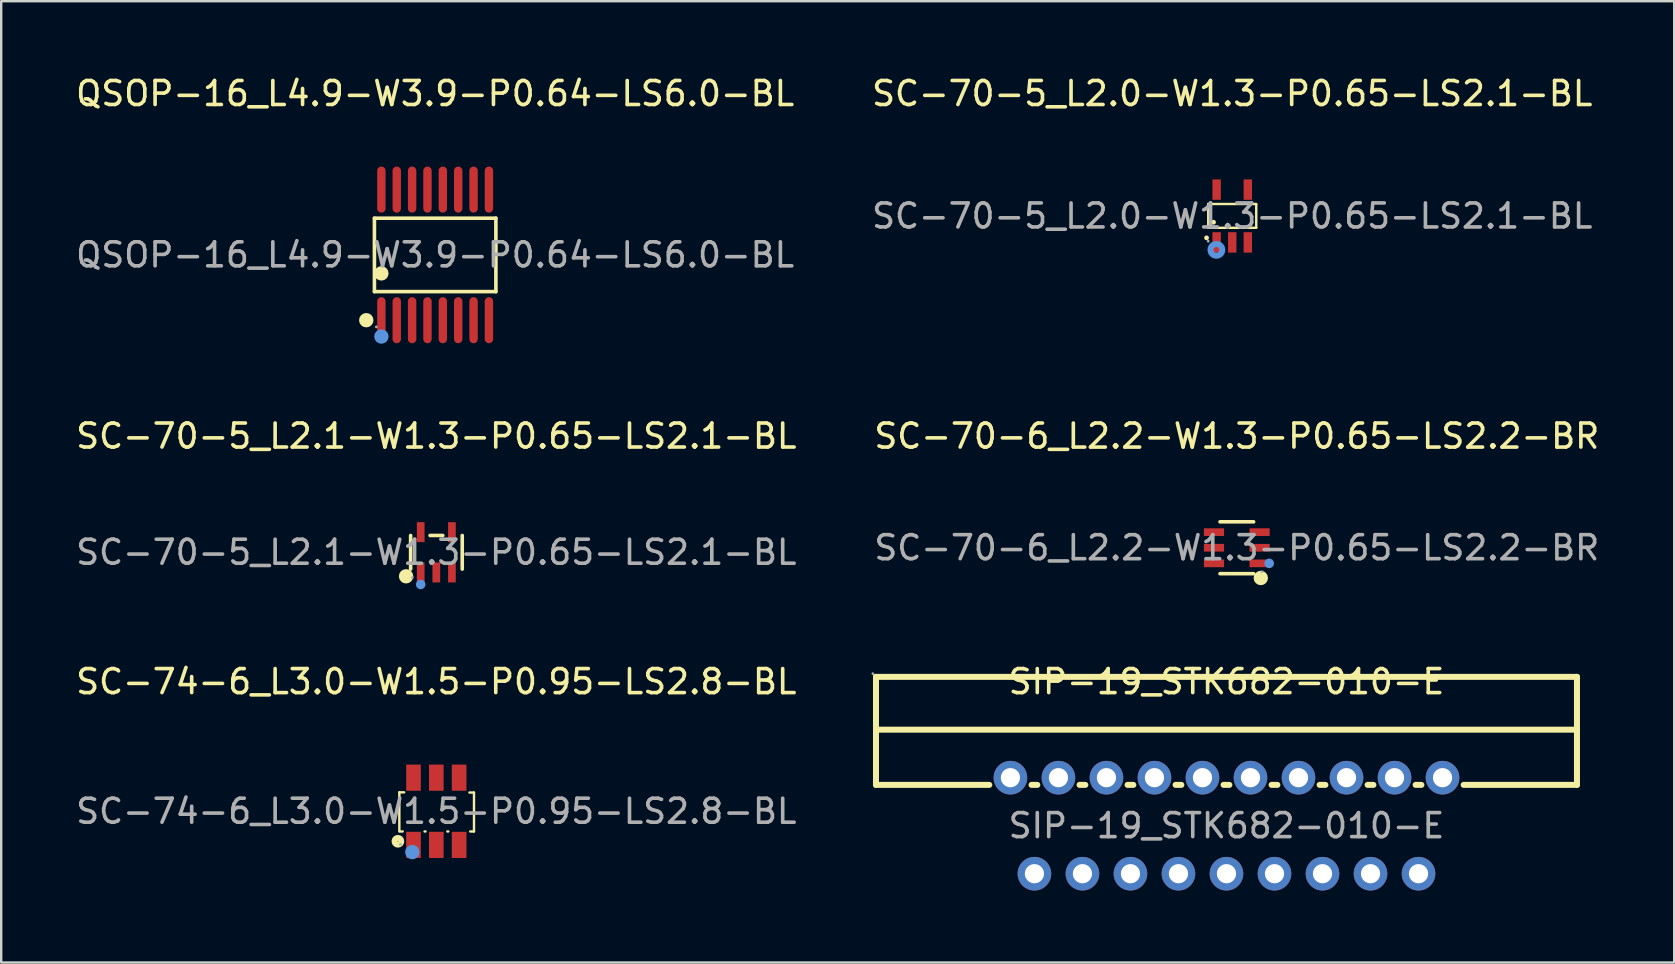
<source format=kicad_pcb>
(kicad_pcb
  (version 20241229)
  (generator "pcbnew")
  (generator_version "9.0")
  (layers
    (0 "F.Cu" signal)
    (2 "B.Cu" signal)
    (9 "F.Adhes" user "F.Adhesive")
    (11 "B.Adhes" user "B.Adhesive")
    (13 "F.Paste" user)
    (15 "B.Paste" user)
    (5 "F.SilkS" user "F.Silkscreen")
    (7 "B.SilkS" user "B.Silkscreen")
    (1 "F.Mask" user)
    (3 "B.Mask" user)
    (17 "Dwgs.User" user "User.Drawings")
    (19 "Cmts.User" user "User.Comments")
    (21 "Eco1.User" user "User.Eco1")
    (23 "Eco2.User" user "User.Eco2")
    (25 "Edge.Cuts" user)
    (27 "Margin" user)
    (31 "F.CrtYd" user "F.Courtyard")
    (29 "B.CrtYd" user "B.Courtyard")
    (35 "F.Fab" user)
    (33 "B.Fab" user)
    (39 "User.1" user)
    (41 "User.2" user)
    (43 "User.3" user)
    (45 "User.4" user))
  (footprint "SC-70-5_L2.0-W1.3-P0.65-LS2.1-BL"
    (layer "F.Cu")
    (at 48.28 5.948)
    (property "Reference" "SC-70-5_L2.0-W1.3-P0.65-LS2.1-BL" (at 0 -5.1 0) (layer "F.SilkS") (effects (font (size 1 1) (thickness 0.15))))
    (attr through_hole)
    (fp_line (start -1 -0.5) (end -1 0.49) (stroke (width 0.1) (type solid)) (layer "F.SilkS"))
    (fp_line (start -1 0.49) (end 1 0.49) (stroke (width 0.1) (type solid)) (layer "F.SilkS"))
    (fp_line (start 0.99 -0.5) (end -1 -0.5) (stroke (width 0.1) (type solid)) (layer "F.SilkS"))
    (fp_line (start 1 -0.49) (end 0.99 -0.5) (stroke (width 0.1) (type solid)) (layer "F.SilkS"))
    (fp_line (start 1 0.49) (end 1 -0.49) (stroke (width 0.1) (type solid)) (layer "F.SilkS"))
    (fp_circle (center -1.07 0.91) (end -1.02 0.91) (stroke (width 0.1) (type solid)) (fill no) (layer "F.SilkS"))
    (fp_circle (center -0.78 0.26) (end -0.73 0.26) (stroke (width 0.1) (type solid)) (fill no) (layer "F.SilkS"))
    (fp_circle (center -0.66 1.41) (end -0.54 1.41) (stroke (width 0.25) (type solid)) (fill no) (layer "Cmts.User"))
    (fp_circle (center -1 1.05) (end -0.97 1.05) (stroke (width 0.06) (type solid)) (fill no) (layer "F.Fab"))
    (fp_text user "${REFERENCE}" (at 0 0 0) (layer "F.Fab") (effects (font (size 1 1) (thickness 0.15))))
    (pad "1" smd rect (at -0.65 1.1) (size 0.35 0.85) (layers "F.Cu" "F.Mask" "F.Paste"))
    (pad "2" smd rect (at 0 1.1) (size 0.35 0.85) (layers "F.Cu" "F.Mask" "F.Paste"))
    (pad "3" smd rect (at 0.65 1.1) (size 0.35 0.85) (layers "F.Cu" "F.Mask" "F.Paste"))
    (pad "4" smd rect (at 0.65 -1.1) (size 0.35 0.85) (layers "F.Cu" "F.Mask" "F.Paste"))
    (pad "5" smd rect (at -0.65 -1.1) (size 0.35 0.85) (layers "F.Cu" "F.Mask" "F.Paste")))
  (footprint "QSOP-16_L4.9-W3.9-P0.64-LS6.0-BL"
    (layer "F.Cu")
    (at 15.077 7.568)
    (property "Reference" "QSOP-16_L4.9-W3.9-P0.64-LS6.0-BL" (at 0 -6.72 0) (layer "F.SilkS") (effects (font (size 1 1) (thickness 0.15))))
    (attr through_hole)
    (fp_line (start -2.53 -1.53) (end 2.53 -1.53) (stroke (width 0.15) (type solid)) (layer "F.SilkS"))
    (fp_line (start -2.53 1.53) (end -2.53 -1.53) (stroke (width 0.15) (type solid)) (layer "F.SilkS"))
    (fp_line (start 2.53 -1.53) (end 2.53 1.53) (stroke (width 0.15) (type solid)) (layer "F.SilkS"))
    (fp_line (start 2.53 1.53) (end -2.53 1.53) (stroke (width 0.15) (type solid)) (layer "F.SilkS"))
    (fp_circle (center -2.87 2.72) (end -2.72 2.72) (stroke (width 0.3) (type solid)) (fill no) (layer "F.SilkS"))
    (fp_circle (center -2.24 0.77) (end -2.09 0.77) (stroke (width 0.3) (type solid)) (fill no) (layer "F.SilkS"))
    (fp_circle (center -2.24 3.4) (end -2.09 3.4) (stroke (width 0.3) (type solid)) (fill no) (layer "Cmts.User"))
    (fp_circle (center -2.45 3) (end -2.42 3) (stroke (width 0.06) (type solid)) (fill no) (layer "F.Fab"))
    (fp_text user "${REFERENCE}" (at 0 0 0) (layer "F.Fab") (effects (font (size 1 1) (thickness 0.15))))
    (pad "1" smd oval (at -2.24 2.72) (size 0.35 1.92) (layers "F.Cu" "F.Mask" "F.Paste"))
    (pad "2" smd oval (at -1.6 2.72) (size 0.35 1.92) (layers "F.Cu" "F.Mask" "F.Paste"))
    (pad "3" smd oval (at -0.96 2.72) (size 0.35 1.92) (layers "F.Cu" "F.Mask" "F.Paste"))
    (pad "4" smd oval (at -0.32 2.72) (size 0.35 1.92) (layers "F.Cu" "F.Mask" "F.Paste"))
    (pad "5" smd oval (at 0.32 2.72) (size 0.35 1.92) (layers "F.Cu" "F.Mask" "F.Paste"))
    (pad "6" smd oval (at 0.96 2.72) (size 0.35 1.92) (layers "F.Cu" "F.Mask" "F.Paste"))
    (pad "7" smd oval (at 1.6 2.72) (size 0.35 1.92) (layers "F.Cu" "F.Mask" "F.Paste"))
    (pad "8" smd oval (at 2.24 2.72) (size 0.35 1.92) (layers "F.Cu" "F.Mask" "F.Paste"))
    (pad "9" smd oval (at 2.24 -2.72) (size 0.35 1.92) (layers "F.Cu" "F.Mask" "F.Paste"))
    (pad "10" smd oval (at 1.6 -2.72) (size 0.35 1.92) (layers "F.Cu" "F.Mask" "F.Paste"))
    (pad "11" smd oval (at 0.96 -2.72) (size 0.35 1.92) (layers "F.Cu" "F.Mask" "F.Paste"))
    (pad "12" smd oval (at 0.32 -2.72) (size 0.35 1.92) (layers "F.Cu" "F.Mask" "F.Paste"))
    (pad "13" smd oval (at -0.32 -2.72) (size 0.35 1.92) (layers "F.Cu" "F.Mask" "F.Paste"))
    (pad "14" smd oval (at -0.96 -2.72) (size 0.35 1.92) (layers "F.Cu" "F.Mask" "F.Paste"))
    (pad "15" smd oval (at -1.6 -2.72) (size 0.35 1.92) (layers "F.Cu" "F.Mask" "F.Paste"))
    (pad "16" smd oval (at -2.24 -2.72) (size 0.35 1.92) (layers "F.Cu" "F.Mask" "F.Paste")))
  (footprint "SC-70-5_L2.1-W1.3-P0.65-LS2.1-BL"
    (layer "F.Cu")
    (at 15.125 19.956)
    (property "Reference" "SC-70-5_L2.1-W1.3-P0.65-LS2.1-BL" (at 0 -4.84 0) (layer "F.SilkS") (effects (font (size 1 1) (thickness 0.15))))
    (attr through_hole)
    (fp_line (start -1.07 0.7) (end -1.07 -0.7) (stroke (width 0.15) (type solid)) (layer "F.SilkS"))
    (fp_line (start 0.27 -0.7) (end -0.26 -0.7) (stroke (width 0.15) (type solid)) (layer "F.SilkS"))
    (fp_line (start 1.08 0.7) (end 1.08 -0.7) (stroke (width 0.15) (type solid)) (layer "F.SilkS"))
    (fp_circle (center -1.26 1) (end -1.11 1) (stroke (width 0.3) (type solid)) (fill no) (layer "F.SilkS"))
    (fp_circle (center -0.65 1.34) (end -0.55 1.34) (stroke (width 0.2) (type solid)) (fill no) (layer "Cmts.User"))
    (fp_circle (center -1 1.05) (end -0.97 1.05) (stroke (width 0.06) (type solid)) (fill no) (layer "F.Fab"))
    (fp_text user "${REFERENCE}" (at 0 0 0) (layer "F.Fab") (effects (font (size 1 1) (thickness 0.15))))
    (pad "1" smd rect (at -0.65 0.84) (size 0.32 0.83) (layers "F.Cu" "F.Mask" "F.Paste"))
    (pad "2" smd rect (at 0 0.84) (size 0.32 0.83) (layers "F.Cu" "F.Mask" "F.Paste"))
    (pad "3" smd rect (at 0.65 0.84) (size 0.32 0.83) (layers "F.Cu" "F.Mask" "F.Paste"))
    (pad "4" smd rect (at 0.65 -0.84) (size 0.32 0.83) (layers "F.Cu" "F.Mask" "F.Paste"))
    (pad "5" smd rect (at -0.65 -0.84) (size 0.32 0.83) (layers "F.Cu" "F.Mask" "F.Paste")))
  (footprint "SC-70-6_L2.2-W1.3-P0.65-LS2.2-BR"
    (layer "F.Cu")
    (at 48.47 19.767)
    (property "Reference" "SC-70-6_L2.2-W1.3-P0.65-LS2.2-BR" (at 0 -4.65 0) (layer "F.SilkS") (effects (font (size 1 1) (thickness 0.15))))
    (attr through_hole)
    (fp_line (start 0.7 -1.08) (end -0.7 -1.08) (stroke (width 0.15) (type solid)) (layer "F.SilkS"))
    (fp_line (start 0.7 1.08) (end -0.7 1.08) (stroke (width 0.15) (type solid)) (layer "F.SilkS"))
    (fp_circle (center 1 1.26) (end 1.15 1.26) (stroke (width 0.3) (type solid)) (fill no) (layer "F.SilkS"))
    (fp_circle (center 1.35 0.65) (end 1.45 0.65) (stroke (width 0.2) (type solid)) (fill no) (layer "Cmts.User"))
    (fp_circle (center 1.05 1) (end 1.08 1) (stroke (width 0.06) (type solid)) (fill no) (layer "F.Fab"))
    (fp_text user "${REFERENCE}" (at 0 0 0) (layer "F.Fab") (effects (font (size 1 1) (thickness 0.15))))
    (pad "1" smd rect (at 0.95 0.65) (size 0.84 0.32) (layers "F.Cu" "F.Mask" "F.Paste"))
    (pad "2" smd rect (at 0.95 0) (size 0.84 0.32) (layers "F.Cu" "F.Mask" "F.Paste"))
    (pad "3" smd rect (at 0.95 -0.65) (size 0.84 0.32) (layers "F.Cu" "F.Mask" "F.Paste"))
    (pad "4" smd rect (at -0.95 -0.65) (size 0.84 0.32) (layers "F.Cu" "F.Mask" "F.Paste"))
    (pad "5" smd rect (at -0.95 0) (size 0.84 0.32) (layers "F.Cu" "F.Mask" "F.Paste"))
    (pad "6" smd rect (at -0.95 0.65) (size 0.84 0.32) (layers "F.Cu" "F.Mask" "F.Paste")))
  (footprint "SIP-19_STK682-010-E"
    (layer "F.Cu")
    (at 48.04 31.345)
    (property "Reference" "SIP-19_STK682-010-E" (at 0 -6 0) (layer "F.SilkS") (effects (font (size 1 1) (thickness 0.15))))
    (attr through_hole)
    (fp_line (start -14.6 -6.2) (end -14.6 -1.7) (stroke (width 0.25) (type solid)) (layer "F.SilkS"))
    (fp_line (start -14.6 -6.2) (end 14.6 -6.2) (stroke (width 0.25) (type solid)) (layer "F.SilkS"))
    (fp_line (start -14.6 -4) (end 14.6 -4) (stroke (width 0.25) (type solid)) (layer "F.SilkS"))
    (fp_line (start -14.6 -1.7) (end -9.88 -1.7) (stroke (width 0.25) (type solid)) (layer "F.SilkS"))
    (fp_line (start -8.12 -1.7) (end -7.88 -1.7) (stroke (width 0.25) (type solid)) (layer "F.SilkS"))
    (fp_line (start -6.12 -1.7) (end -5.88 -1.7) (stroke (width 0.25) (type solid)) (layer "F.SilkS"))
    (fp_line (start -4.12 -1.7) (end -3.88 -1.7) (stroke (width 0.25) (type solid)) (layer "F.SilkS"))
    (fp_line (start -2.12 -1.7) (end -1.88 -1.7) (stroke (width 0.25) (type solid)) (layer "F.SilkS"))
    (fp_line (start -0.12 -1.7) (end 0.12 -1.7) (stroke (width 0.25) (type solid)) (layer "F.SilkS"))
    (fp_line (start 1.88 -1.7) (end 2.12 -1.7) (stroke (width 0.25) (type solid)) (layer "F.SilkS"))
    (fp_line (start 3.88 -1.7) (end 4.12 -1.7) (stroke (width 0.25) (type solid)) (layer "F.SilkS"))
    (fp_line (start 5.88 -1.7) (end 6.12 -1.7) (stroke (width 0.25) (type solid)) (layer "F.SilkS"))
    (fp_line (start 7.88 -1.7) (end 8.12 -1.7) (stroke (width 0.25) (type solid)) (layer "F.SilkS"))
    (fp_line (start 9.88 -1.7) (end 14.6 -1.7) (stroke (width 0.25) (type solid)) (layer "F.SilkS"))
    (fp_line (start 14.6 -6.2) (end 14.6 -1.7) (stroke (width 0.25) (type solid)) (layer "F.SilkS"))
    (fp_circle (center -14.73 -6.33) (end -14.7 -6.33) (stroke (width 0.06) (type solid)) (fill no) (layer "F.Fab"))
    (fp_circle (center -9 -2) (end -8.85 -2) (stroke (width 0.3) (type solid)) (fill no) (layer "F.Fab"))
    (fp_circle (center -8 2) (end -7.85 2) (stroke (width 0.3) (type solid)) (fill no) (layer "F.Fab"))
    (fp_circle (center -7 -2) (end -6.85 -2) (stroke (width 0.3) (type solid)) (fill no) (layer "F.Fab"))
    (fp_circle (center -6 2) (end -5.85 2) (stroke (width 0.3) (type solid)) (fill no) (layer "F.Fab"))
    (fp_circle (center -5 -2) (end -4.85 -2) (stroke (width 0.3) (type solid)) (fill no) (layer "F.Fab"))
    (fp_circle (center -4 2) (end -3.85 2) (stroke (width 0.3) (type solid)) (fill no) (layer "F.Fab"))
    (fp_circle (center -3 -2) (end -2.85 -2) (stroke (width 0.3) (type solid)) (fill no) (layer "F.Fab"))
    (fp_circle (center -2 2) (end -1.85 2) (stroke (width 0.3) (type solid)) (fill no) (layer "F.Fab"))
    (fp_circle (center -1 -2) (end -0.85 -2) (stroke (width 0.3) (type solid)) (fill no) (layer "F.Fab"))
    (fp_circle (center 0 2) (end 0.15 2) (stroke (width 0.3) (type solid)) (fill no) (layer "F.Fab"))
    (fp_circle (center 1 -2) (end 1.15 -2) (stroke (width 0.3) (type solid)) (fill no) (layer "F.Fab"))
    (fp_circle (center 2 2) (end 2.15 2) (stroke (width 0.3) (type solid)) (fill no) (layer "F.Fab"))
    (fp_circle (center 3 -2) (end 3.15 -2) (stroke (width 0.3) (type solid)) (fill no) (layer "F.Fab"))
    (fp_circle (center 4 2) (end 4.15 2) (stroke (width 0.3) (type solid)) (fill no) (layer "F.Fab"))
    (fp_circle (center 5 -2) (end 5.15 -2) (stroke (width 0.3) (type solid)) (fill no) (layer "F.Fab"))
    (fp_circle (center 6 2) (end 6.15 2) (stroke (width 0.3) (type solid)) (fill no) (layer "F.Fab"))
    (fp_circle (center 7 -2) (end 7.15 -2) (stroke (width 0.3) (type solid)) (fill no) (layer "F.Fab"))
    (fp_circle (center 8 2) (end 8.15 2) (stroke (width 0.3) (type solid)) (fill no) (layer "F.Fab"))
    (fp_circle (center 9 -2) (end 9.15 -2) (stroke (width 0.3) (type solid)) (fill no) (layer "F.Fab"))
    (fp_text user "${REFERENCE}" (at 0 0 0) (layer "F.Fab") (effects (font (size 1 1) (thickness 0.15))))
    (pad "1" thru_hole circle (at -9 -2) (size 1.4 1.4) (drill 0.8) (layers "*.Cu" "*.Paste" "*.Mask"))
    (pad "2" thru_hole circle (at -8 2) (size 1.4 1.4) (drill 0.8) (layers "*.Cu" "*.Paste" "*.Mask"))
    (pad "3" thru_hole circle (at -7 -2) (size 1.4 1.4) (drill 0.8) (layers "*.Cu" "*.Paste" "*.Mask"))
    (pad "4" thru_hole circle (at -6 2) (size 1.4 1.4) (drill 0.8) (layers "*.Cu" "*.Paste" "*.Mask"))
    (pad "5" thru_hole circle (at -5 -2) (size 1.4 1.4) (drill 0.8) (layers "*.Cu" "*.Paste" "*.Mask"))
    (pad "6" thru_hole circle (at -4 2) (size 1.4 1.4) (drill 0.8) (layers "*.Cu" "*.Paste" "*.Mask"))
    (pad "7" thru_hole circle (at -3 -2) (size 1.4 1.4) (drill 0.8) (layers "*.Cu" "*.Paste" "*.Mask"))
    (pad "8" thru_hole circle (at -2 2) (size 1.4 1.4) (drill 0.8) (layers "*.Cu" "*.Paste" "*.Mask"))
    (pad "9" thru_hole circle (at -1 -2) (size 1.4 1.4) (drill 0.8) (layers "*.Cu" "*.Paste" "*.Mask"))
    (pad "10" thru_hole circle (at 0 2) (size 1.4 1.4) (drill 0.8) (layers "*.Cu" "*.Paste" "*.Mask"))
    (pad "11" thru_hole circle (at 1 -2) (size 1.4 1.4) (drill 0.8) (layers "*.Cu" "*.Paste" "*.Mask"))
    (pad "12" thru_hole circle (at 2 2) (size 1.4 1.4) (drill 0.8) (layers "*.Cu" "*.Paste" "*.Mask"))
    (pad "13" thru_hole circle (at 3 -2) (size 1.4 1.4) (drill 0.8) (layers "*.Cu" "*.Paste" "*.Mask"))
    (pad "14" thru_hole circle (at 4 2) (size 1.4 1.4) (drill 0.8) (layers "*.Cu" "*.Paste" "*.Mask"))
    (pad "15" thru_hole circle (at 5 -2) (size 1.4 1.4) (drill 0.8) (layers "*.Cu" "*.Paste" "*.Mask"))
    (pad "16" thru_hole circle (at 6 2) (size 1.4 1.4) (drill 0.8) (layers "*.Cu" "*.Paste" "*.Mask"))
    (pad "17" thru_hole circle (at 7 -2) (size 1.4 1.4) (drill 0.8) (layers "*.Cu" "*.Paste" "*.Mask"))
    (pad "18" thru_hole circle (at 8 2) (size 1.4 1.4) (drill 0.8) (layers "*.Cu" "*.Paste" "*.Mask"))
    (pad "19" thru_hole circle (at 9 -2) (size 1.4 1.4) (drill 0.8) (layers "*.Cu" "*.Paste" "*.Mask")))
  (footprint "SC-74-6_L3.0-W1.5-P0.95-LS2.8-BL"
    (layer "F.Cu")
    (at 15.125 30.745)
    (property "Reference" "SC-74-6_L3.0-W1.5-P0.95-LS2.8-BL" (at 0 -5.4 0) (layer "F.SilkS") (effects (font (size 1 1) (thickness 0.15))))
    (attr through_hole)
    (fp_line (start -1.54 -0.79) (end -1.54 0.84) (stroke (width 0.1) (type solid)) (layer "F.SilkS"))
    (fp_line (start -1.4 0.84) (end -1.5 0.84) (stroke (width 0.1) (type solid)) (layer "F.SilkS"))
    (fp_line (start -1.34 -0.79) (end -1.54 -0.79) (stroke (width 0.1) (type solid)) (layer "F.SilkS"))
    (fp_line (start -0.45 0.84) (end -0.49 0.84) (stroke (width 0.1) (type solid)) (layer "F.SilkS"))
    (fp_line (start 0.5 0.84) (end 0.46 0.84) (stroke (width 0.1) (type solid)) (layer "F.SilkS"))
    (fp_line (start 1.38 -0.78) (end 1.57 -0.78) (stroke (width 0.1) (type solid)) (layer "F.SilkS"))
    (fp_line (start 1.57 -0.78) (end 1.57 0.84) (stroke (width 0.1) (type solid)) (layer "F.SilkS"))
    (fp_line (start 1.57 0.84) (end 1.41 0.84) (stroke (width 0.1) (type solid)) (layer "F.SilkS"))
    (fp_circle (center -1.6 1.25) (end -1.46 1.25) (stroke (width 0.25) (type solid)) (fill no) (layer "F.SilkS"))
    (fp_circle (center -1 1.7) (end -0.85 1.7) (stroke (width 0.3) (type solid)) (fill no) (layer "Cmts.User"))
    (fp_circle (center -1.5 1.38) (end -1.47 1.38) (stroke (width 0.06) (type solid)) (fill no) (layer "F.Fab"))
    (fp_text user "${REFERENCE}" (at 0 0 0) (layer "F.Fab") (effects (font (size 1 1) (thickness 0.15))))
    (pad "1" smd rect (at -0.95 1.4 180) (size 0.61 1.09) (layers "F.Cu" "F.Mask" "F.Paste"))
    (pad "2" smd rect (at 0 1.4 180) (size 0.61 1.09) (layers "F.Cu" "F.Mask" "F.Paste"))
    (pad "3" smd rect (at 0.95 1.4 180) (size 0.61 1.09) (layers "F.Cu" "F.Mask" "F.Paste"))
    (pad "4" smd rect (at 0.95 -1.4 180) (size 0.61 1.09) (layers "F.Cu" "F.Mask" "F.Paste"))
    (pad "5" smd rect (at 0 -1.4 180) (size 0.61 1.09) (layers "F.Cu" "F.Mask" "F.Paste"))
    (pad "6" smd rect (at -0.95 -1.4 180) (size 0.61 1.09) (layers "F.Cu" "F.Mask" "F.Paste")))
  (gr_rect
    (start -3 -3)
    (end 66.69 37.045)
    (stroke (width 0.1) (type default))
    (fill no)
    (layer "Edge.Cuts")))
</source>
